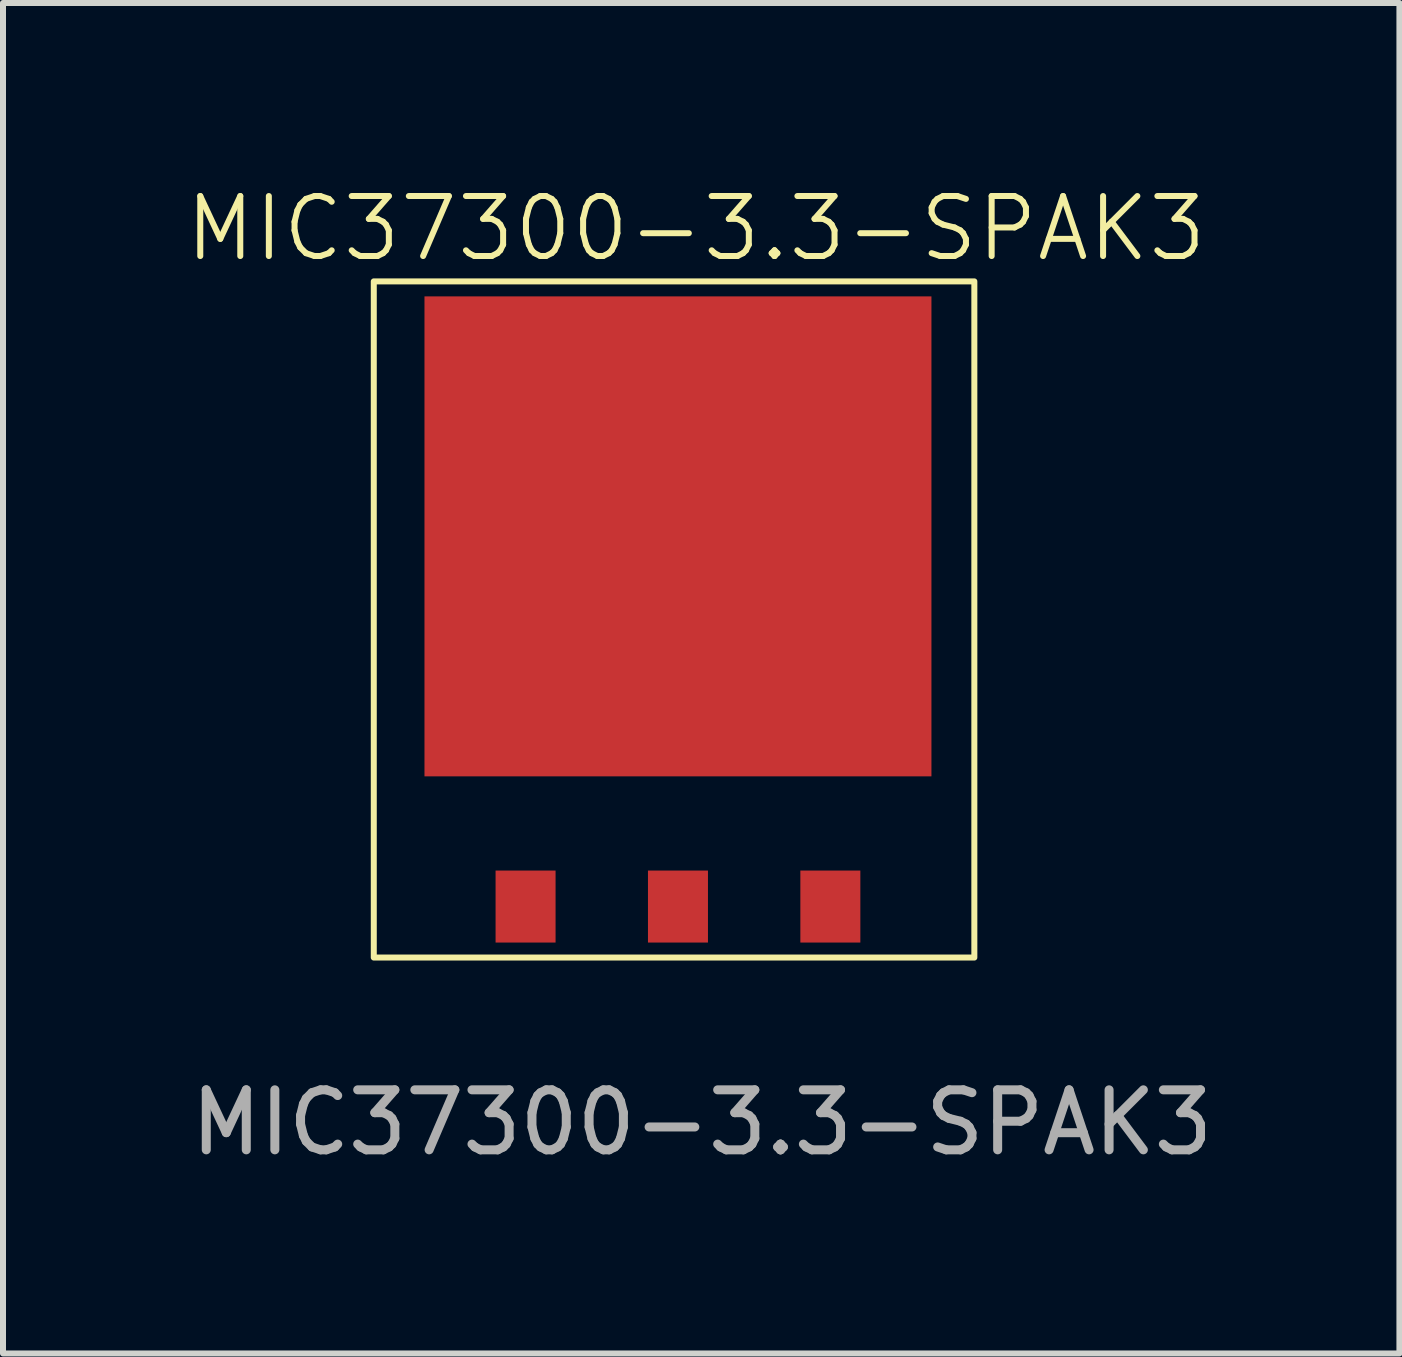
<source format=kicad_pcb>
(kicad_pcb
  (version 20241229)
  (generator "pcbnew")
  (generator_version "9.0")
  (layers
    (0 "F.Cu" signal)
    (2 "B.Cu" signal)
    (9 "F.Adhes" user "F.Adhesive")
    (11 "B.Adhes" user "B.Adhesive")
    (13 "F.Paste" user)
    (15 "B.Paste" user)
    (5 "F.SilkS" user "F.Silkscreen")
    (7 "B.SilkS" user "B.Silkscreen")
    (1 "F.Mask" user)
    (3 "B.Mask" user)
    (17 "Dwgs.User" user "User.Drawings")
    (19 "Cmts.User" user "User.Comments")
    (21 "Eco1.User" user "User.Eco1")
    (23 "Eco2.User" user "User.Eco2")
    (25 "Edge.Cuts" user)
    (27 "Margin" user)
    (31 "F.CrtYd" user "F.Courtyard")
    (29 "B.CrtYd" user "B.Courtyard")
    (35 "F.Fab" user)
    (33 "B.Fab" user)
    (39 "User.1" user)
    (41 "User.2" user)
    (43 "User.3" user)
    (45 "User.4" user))
  (footprint "MIC37300-3.3-SPAK3"
    (layer "F.Cu")
    (at 8.25 12.06)
    (property "Reference" "MIC37300-3.3-SPAK3" (at 0.3 -11.3 0) (unlocked yes) (layer "F.SilkS") (effects (font (size 1 1) (thickness 0.1))))
    (attr smd)
    (fp_rect (start -5.07 -10.42) (end 4.94 0.85) (stroke (width 0.1) (type default)) (fill no) (layer "F.SilkS"))
    (fp_text user "${REFERENCE}" (at 0.4 3.6 0) (unlocked yes) (layer "F.Fab") (effects (font (size 1 1) (thickness 0.15))))
    (pad "" smd rect (at -3 -9) (size 1.5 1.5) (layers "F.Paste"))
    (pad "" smd rect (at -3 -7.1) (size 1.5 1.5) (layers "F.Paste"))
    (pad "" smd rect (at -3 -5.2) (size 1.5 1.5) (layers "F.Paste"))
    (pad "" smd rect (at -3 -3.3) (size 1.5 1.5) (layers "F.Paste"))
    (pad "" smd rect (at -1 -9) (size 1.5 1.5) (layers "F.Paste"))
    (pad "" smd rect (at -1 -7.1) (size 1.5 1.5) (layers "F.Paste"))
    (pad "" smd rect (at -1 -5.2) (size 1.5 1.5) (layers "F.Paste"))
    (pad "" smd rect (at -1 -3.3) (size 1.5 1.5) (layers "F.Paste"))
    (pad "" smd rect (at 1 -9) (size 1.5 1.5) (layers "F.Paste"))
    (pad "" smd rect (at 1 -7.1) (size 1.5 1.5) (layers "F.Paste"))
    (pad "" smd rect (at 1 -5.2) (size 1.5 1.5) (layers "F.Paste"))
    (pad "" smd rect (at 1 -3.3) (size 1.5 1.5) (layers "F.Paste"))
    (pad "" smd rect (at 3 -9) (size 1.5 1.5) (layers "F.Paste"))
    (pad "" smd rect (at 3 -7.1) (size 1.5 1.5) (layers "F.Paste"))
    (pad "" smd rect (at 3 -5.2) (size 1.5 1.5) (layers "F.Paste"))
    (pad "" smd rect (at 3 -3.3) (size 1.5 1.5) (layers "F.Paste"))
    (pad "1" smd rect (at -2.54 0) (size 1 1.2) (layers "F.Cu" "F.Mask" "F.Paste"))
    (pad "2" smd rect (at 0 -6.17) (size 8.45 8) (layers "F.Cu" "F.Mask"))
    (pad "2" smd rect (at 0 0) (size 1 1.2) (layers "F.Cu" "F.Mask" "F.Paste"))
    (pad "3" smd rect (at 2.54 0) (size 1 1.2) (layers "F.Cu" "F.Mask" "F.Paste")))
  (gr_rect
    (start -3 -3)
    (end 20.275 19.509)
    (stroke (width 0.1) (type default))
    (fill no)
    (layer "Edge.Cuts")))
</source>
